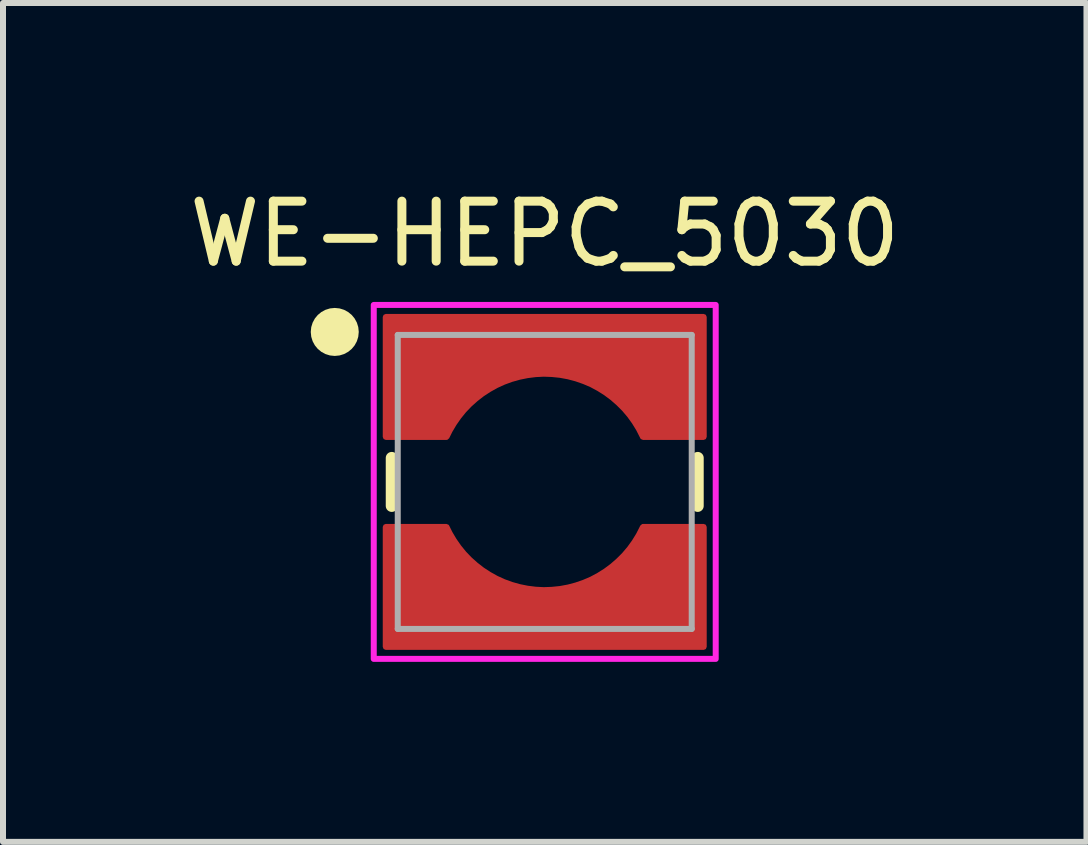
<source format=kicad_pcb>
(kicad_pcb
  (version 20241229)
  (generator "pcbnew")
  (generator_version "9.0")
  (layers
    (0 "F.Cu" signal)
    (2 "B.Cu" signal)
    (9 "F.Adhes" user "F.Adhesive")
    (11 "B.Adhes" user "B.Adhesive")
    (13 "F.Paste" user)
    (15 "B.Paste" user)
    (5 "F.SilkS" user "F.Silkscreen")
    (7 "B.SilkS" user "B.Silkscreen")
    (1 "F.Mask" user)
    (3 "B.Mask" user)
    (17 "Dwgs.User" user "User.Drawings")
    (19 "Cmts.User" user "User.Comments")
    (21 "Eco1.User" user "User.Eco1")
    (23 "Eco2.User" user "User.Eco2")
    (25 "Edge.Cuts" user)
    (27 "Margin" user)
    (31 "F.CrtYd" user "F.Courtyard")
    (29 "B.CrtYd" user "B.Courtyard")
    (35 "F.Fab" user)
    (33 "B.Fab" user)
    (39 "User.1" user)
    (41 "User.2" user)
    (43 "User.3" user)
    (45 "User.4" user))
  (footprint "WE-HEPC_5030"
    (layer "F.Cu")
    (at 6.03 4.983)
    (property "Reference" "WE-HEPC_5030" (at 0 -4.135 0) (layer "F.SilkS") (effects (font (size 1 1) (thickness 0.15))))
    (attr smd)
    (fp_poly (pts (xy -2.75 0.65) (xy -2.75 2.85) (xy 2.75 2.85) (xy 2.75 0.65) (xy 1.57 0.65) (xy 1.52 0.759) (xy 1.456 0.877) (xy 1.382 0.989) (xy 1.299 1.095) (xy 1.209 1.195) (xy 1.11 1.286) (xy 1.005 1.37) (xy 0.894 1.445) (xy 0.777 1.511) (xy 0.655 1.568) (xy 0.529 1.615) (xy 0.4 1.652) (xy 0.268 1.678) (xy 0.134 1.694) (xy 0 1.699) (xy -0.134 1.694) (xy -0.268 1.678) (xy -0.4 1.652) (xy -0.529 1.615) (xy -0.655 1.568) (xy -0.777 1.511) (xy -0.894 1.445) (xy -1.005 1.37) (xy -1.11 1.286) (xy -1.209 1.195) (xy -1.299 1.095) (xy -1.382 0.989) (xy -1.456 0.877) (xy -1.52 0.759) (xy -1.57 0.65) (xy -2.75 0.65)) (stroke (width 0.1) (type solid)) (fill yes) (layer "F.Mask"))
    (fp_poly (pts (xy -1.57 -0.65) (xy -2.75 -0.65) (xy -2.75 -2.85) (xy 2.75 -2.85) (xy 2.75 -0.65) (xy 1.57 -0.65) (xy 1.52 -0.759) (xy 1.456 -0.877) (xy 1.382 -0.989) (xy 1.299 -1.095) (xy 1.209 -1.195) (xy 1.11 -1.286) (xy 1.005 -1.37) (xy 0.894 -1.445) (xy 0.777 -1.511) (xy 0.655 -1.568) (xy 0.529 -1.615) (xy 0.4 -1.652) (xy 0.268 -1.678) (xy 0.134 -1.694) (xy 0 -1.699) (xy -0.134 -1.694) (xy -0.268 -1.678) (xy -0.4 -1.652) (xy -0.529 -1.615) (xy -0.655 -1.568) (xy -0.777 -1.511) (xy -0.894 -1.445) (xy -1.005 -1.37) (xy -1.11 -1.286) (xy -1.209 -1.195) (xy -1.299 -1.095) (xy -1.382 -0.989) (xy -1.456 -0.877) (xy -1.52 -0.759) (xy -1.57 -0.65)) (stroke (width 0.1) (type solid)) (fill yes) (layer "F.Mask"))
    (fp_line (start -2.55 -0.4) (end -2.55 0.4) (stroke (width 0.2) (type solid)) (layer "F.SilkS"))
    (fp_line (start 2.55 0.4) (end 2.55 -0.4) (stroke (width 0.2) (type solid)) (layer "F.SilkS"))
    (fp_circle (center -3.5 -2.5) (end -3.3 -2.5) (stroke (width 0.4) (type solid)) (fill no) (layer "F.SilkS"))
    (fp_poly (pts (xy -2.65 0.75) (xy -2.65 2.75) (xy 2.65 2.75) (xy 2.65 0.75) (xy 1.638 0.75) (xy 1.569 0.886) (xy 1.497 1.003) (xy 1.417 1.114) (xy 1.328 1.219) (xy 1.231 1.316) (xy 1.128 1.406) (xy 1.018 1.488) (xy 0.902 1.561) (xy 0.781 1.626) (xy 0.655 1.68) (xy 0.525 1.725) (xy 0.393 1.76) (xy 0.258 1.785) (xy 0.121 1.799) (xy -0.016 1.804) (xy -0.153 1.797) (xy -0.289 1.78) (xy -0.423 1.753) (xy -0.555 1.716) (xy -0.684 1.669) (xy -0.809 1.612) (xy -0.929 1.545) (xy -1.044 1.47) (xy -1.152 1.386) (xy -1.254 1.295) (xy -1.349 1.196) (xy -1.436 1.089) (xy -1.514 0.977) (xy -1.584 0.859) (xy -1.638 0.75) (xy -2.65 0.75)) (stroke (width 0.1) (type solid)) (fill yes) (layer "F.Paste"))
    (fp_poly (pts (xy -1.638 -0.75) (xy -2.65 -0.75) (xy -2.65 -2.75) (xy 2.65 -2.75) (xy 2.65 -0.75) (xy 1.638 -0.75) (xy 1.569 -0.886) (xy 1.497 -1.003) (xy 1.417 -1.114) (xy 1.328 -1.219) (xy 1.231 -1.316) (xy 1.128 -1.406) (xy 1.018 -1.488) (xy 0.902 -1.561) (xy 0.781 -1.626) (xy 0.655 -1.68) (xy 0.525 -1.725) (xy 0.393 -1.76) (xy 0.258 -1.785) (xy 0.121 -1.799) (xy -0.016 -1.804) (xy -0.153 -1.797) (xy -0.289 -1.78) (xy -0.423 -1.753) (xy -0.555 -1.716) (xy -0.684 -1.669) (xy -0.809 -1.612) (xy -0.929 -1.545) (xy -1.044 -1.47) (xy -1.152 -1.386) (xy -1.254 -1.295) (xy -1.349 -1.196) (xy -1.436 -1.089) (xy -1.514 -0.977) (xy -1.584 -0.859) (xy -1.638 -0.75)) (stroke (width 0.1) (type solid)) (fill yes) (layer "F.Paste"))
    (fp_poly (pts (xy -2.85 -2.95) (xy 2.85 -2.95) (xy 2.85 2.95) (xy -2.85 2.95)) (stroke (width 0.1) (type solid)) (fill no) (layer "F.CrtYd"))
    (fp_line (start -2.45 -2.45) (end 2.45 -2.45) (stroke (width 0.1) (type solid)) (layer "F.Fab"))
    (fp_line (start -2.45 2.45) (end -2.45 -2.45) (stroke (width 0.1) (type solid)) (layer "F.Fab"))
    (fp_line (start 2.45 -2.45) (end 2.45 2.45) (stroke (width 0.1) (type solid)) (layer "F.Fab"))
    (fp_line (start 2.45 2.45) (end -2.45 2.45) (stroke (width 0.1) (type solid)) (layer "F.Fab"))
    (pad "1" smd custom (at 0 -2.3) (size 5.3 0.9) (layers "F.Cu") (options (anchor rect)) (primitives (gr_poly (pts (xy -1.638 1.55) (xy -2.65 1.55) (xy -2.65 -0.45) (xy 2.65 -0.45) (xy 2.65 1.55) (xy 1.638 1.55) (xy 1.569 1.414) (xy 1.497 1.297) (xy 1.417 1.186) (xy 1.328 1.081) (xy 1.231 0.984) (xy 1.128 0.894) (xy 1.018 0.812) (xy 0.902 0.739) (xy 0.781 0.674) (xy 0.655 0.62) (xy 0.525 0.575) (xy 0.393 0.54) (xy 0.258 0.515) (xy 0.121 0.501) (xy -0.016 0.496) (xy -0.153 0.503) (xy -0.289 0.52) (xy -0.423 0.547) (xy -0.555 0.584) (xy -0.684 0.631) (xy -0.809 0.688) (xy -0.929 0.755) (xy -1.044 0.83) (xy -1.152 0.914) (xy -1.254 1.005) (xy -1.349 1.104) (xy -1.436 1.211) (xy -1.514 1.323) (xy -1.584 1.441) (xy -1.638 1.55)) (width 0.1) (fill yes))))
    (pad "2" smd custom (at 0 2.3) (size 5.1 0.9) (layers "F.Cu") (options (anchor rect)) (primitives (gr_poly (pts (xy -2.65 -1.55) (xy -2.65 0.45) (xy 2.65 0.45) (xy 2.65 -1.55) (xy 1.638 -1.55) (xy 1.569 -1.414) (xy 1.497 -1.297) (xy 1.417 -1.186) (xy 1.328 -1.081) (xy 1.231 -0.984) (xy 1.128 -0.894) (xy 1.018 -0.812) (xy 0.902 -0.739) (xy 0.781 -0.674) (xy 0.655 -0.62) (xy 0.525 -0.575) (xy 0.393 -0.54) (xy 0.258 -0.515) (xy 0.121 -0.501) (xy -0.016 -0.496) (xy -0.153 -0.503) (xy -0.289 -0.52) (xy -0.423 -0.547) (xy -0.555 -0.584) (xy -0.684 -0.631) (xy -0.809 -0.688) (xy -0.929 -0.755) (xy -1.044 -0.83) (xy -1.152 -0.914) (xy -1.254 -1.005) (xy -1.349 -1.104) (xy -1.436 -1.211) (xy -1.514 -1.323) (xy -1.584 -1.441) (xy -1.638 -1.55) (xy -2.65 -1.55)) (width 0.1) (fill yes)))))
  (gr_rect
    (start -3 -3)
    (end 15.06 10.983)
    (stroke (width 0.1) (type default))
    (fill no)
    (layer "Edge.Cuts")))
</source>
